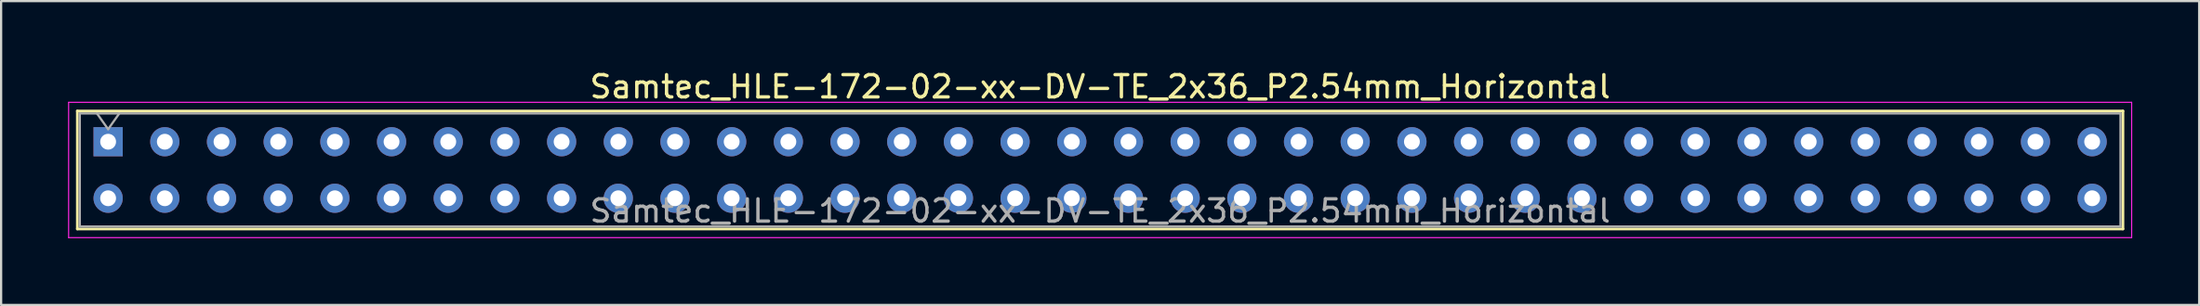
<source format=kicad_pcb>
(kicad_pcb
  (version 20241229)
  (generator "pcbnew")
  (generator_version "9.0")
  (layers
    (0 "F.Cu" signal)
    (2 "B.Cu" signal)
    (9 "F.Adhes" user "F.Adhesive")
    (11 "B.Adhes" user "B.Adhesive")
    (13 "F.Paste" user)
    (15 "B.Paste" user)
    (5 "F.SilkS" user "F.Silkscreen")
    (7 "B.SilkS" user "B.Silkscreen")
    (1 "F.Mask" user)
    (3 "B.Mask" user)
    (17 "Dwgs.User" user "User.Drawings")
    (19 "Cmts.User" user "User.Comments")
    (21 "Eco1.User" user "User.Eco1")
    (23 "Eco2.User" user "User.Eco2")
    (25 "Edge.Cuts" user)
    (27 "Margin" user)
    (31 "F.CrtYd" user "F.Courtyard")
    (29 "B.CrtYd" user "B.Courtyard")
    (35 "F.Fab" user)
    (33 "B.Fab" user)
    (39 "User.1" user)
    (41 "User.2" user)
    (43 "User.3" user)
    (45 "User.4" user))
  (footprint "Samtec_HLE-172-02-xx-DV-TE_2x36_P2.54mm_Horizontal"
    (layer "F.Cu")
    (at 1.795 3.318)
    (property "Reference" "Samtec_HLE-172-02-xx-DV-TE_2x36_P2.54mm_Horizontal" (at 44.45 -2.47 0) (layer "F.SilkS") (effects (font (size 1 1) (thickness 0.15))))
    (attr through_hole)
    (fp_line (start -1.38 -1.38) (end 90.28 -1.38) (stroke (width 0.12) (type solid)) (layer "F.SilkS"))
    (fp_line (start -1.38 3.92) (end -1.38 -1.38) (stroke (width 0.12) (type solid)) (layer "F.SilkS"))
    (fp_line (start 90.28 -1.38) (end 90.28 3.92) (stroke (width 0.12) (type solid)) (layer "F.SilkS"))
    (fp_line (start 90.28 3.92) (end -1.38 3.92) (stroke (width 0.12) (type solid)) (layer "F.SilkS"))
    (fp_line (start -1.77 -1.77) (end 90.67 -1.77) (stroke (width 0.05) (type solid)) (layer "F.CrtYd"))
    (fp_line (start -1.77 4.31) (end -1.77 -1.77) (stroke (width 0.05) (type solid)) (layer "F.CrtYd"))
    (fp_line (start 90.67 -1.77) (end 90.67 4.31) (stroke (width 0.05) (type solid)) (layer "F.CrtYd"))
    (fp_line (start 90.67 4.31) (end -1.77 4.31) (stroke (width 0.05) (type solid)) (layer "F.CrtYd"))
    (fp_line (start -1.27 -1.27) (end 90.17 -1.27) (stroke (width 0.1) (type solid)) (layer "F.Fab"))
    (fp_line (start -1.27 3.81) (end -1.27 -1.27) (stroke (width 0.1) (type solid)) (layer "F.Fab"))
    (fp_line (start -0.5 -1.27) (end 0 -0.563) (stroke (width 0.1) (type solid)) (layer "F.Fab"))
    (fp_line (start 0 -0.563) (end 0.5 -1.27) (stroke (width 0.1) (type solid)) (layer "F.Fab"))
    (fp_line (start 90.17 -1.27) (end 90.17 3.81) (stroke (width 0.1) (type solid)) (layer "F.Fab"))
    (fp_line (start 90.17 3.81) (end -1.27 3.81) (stroke (width 0.1) (type solid)) (layer "F.Fab"))
    (fp_text user "${REFERENCE}" (at 44.45 3.11 0) (layer "F.Fab") (effects (font (size 1 1) (thickness 0.15))))
    (pad "1" thru_hole rect (at 0 0) (size 1.31 1.31) (drill 0.71) (layers "*.Cu" "*.Mask"))
    (pad "2" thru_hole circle (at 0 2.54) (size 1.31 1.31) (drill 0.71) (layers "*.Cu" "*.Mask"))
    (pad "3" thru_hole circle (at 2.54 0) (size 1.31 1.31) (drill 0.71) (layers "*.Cu" "*.Mask"))
    (pad "4" thru_hole circle (at 2.54 2.54) (size 1.31 1.31) (drill 0.71) (layers "*.Cu" "*.Mask"))
    (pad "5" thru_hole circle (at 5.08 0) (size 1.31 1.31) (drill 0.71) (layers "*.Cu" "*.Mask"))
    (pad "6" thru_hole circle (at 5.08 2.54) (size 1.31 1.31) (drill 0.71) (layers "*.Cu" "*.Mask"))
    (pad "7" thru_hole circle (at 7.62 0) (size 1.31 1.31) (drill 0.71) (layers "*.Cu" "*.Mask"))
    (pad "8" thru_hole circle (at 7.62 2.54) (size 1.31 1.31) (drill 0.71) (layers "*.Cu" "*.Mask"))
    (pad "9" thru_hole circle (at 10.16 0) (size 1.31 1.31) (drill 0.71) (layers "*.Cu" "*.Mask"))
    (pad "10" thru_hole circle (at 10.16 2.54) (size 1.31 1.31) (drill 0.71) (layers "*.Cu" "*.Mask"))
    (pad "11" thru_hole circle (at 12.7 0) (size 1.31 1.31) (drill 0.71) (layers "*.Cu" "*.Mask"))
    (pad "12" thru_hole circle (at 12.7 2.54) (size 1.31 1.31) (drill 0.71) (layers "*.Cu" "*.Mask"))
    (pad "13" thru_hole circle (at 15.24 0) (size 1.31 1.31) (drill 0.71) (layers "*.Cu" "*.Mask"))
    (pad "14" thru_hole circle (at 15.24 2.54) (size 1.31 1.31) (drill 0.71) (layers "*.Cu" "*.Mask"))
    (pad "15" thru_hole circle (at 17.78 0) (size 1.31 1.31) (drill 0.71) (layers "*.Cu" "*.Mask"))
    (pad "16" thru_hole circle (at 17.78 2.54) (size 1.31 1.31) (drill 0.71) (layers "*.Cu" "*.Mask"))
    (pad "17" thru_hole circle (at 20.32 0) (size 1.31 1.31) (drill 0.71) (layers "*.Cu" "*.Mask"))
    (pad "18" thru_hole circle (at 20.32 2.54) (size 1.31 1.31) (drill 0.71) (layers "*.Cu" "*.Mask"))
    (pad "19" thru_hole circle (at 22.86 0) (size 1.31 1.31) (drill 0.71) (layers "*.Cu" "*.Mask"))
    (pad "20" thru_hole circle (at 22.86 2.54) (size 1.31 1.31) (drill 0.71) (layers "*.Cu" "*.Mask"))
    (pad "21" thru_hole circle (at 25.4 0) (size 1.31 1.31) (drill 0.71) (layers "*.Cu" "*.Mask"))
    (pad "22" thru_hole circle (at 25.4 2.54) (size 1.31 1.31) (drill 0.71) (layers "*.Cu" "*.Mask"))
    (pad "23" thru_hole circle (at 27.94 0) (size 1.31 1.31) (drill 0.71) (layers "*.Cu" "*.Mask"))
    (pad "24" thru_hole circle (at 27.94 2.54) (size 1.31 1.31) (drill 0.71) (layers "*.Cu" "*.Mask"))
    (pad "25" thru_hole circle (at 30.48 0) (size 1.31 1.31) (drill 0.71) (layers "*.Cu" "*.Mask"))
    (pad "26" thru_hole circle (at 30.48 2.54) (size 1.31 1.31) (drill 0.71) (layers "*.Cu" "*.Mask"))
    (pad "27" thru_hole circle (at 33.02 0) (size 1.31 1.31) (drill 0.71) (layers "*.Cu" "*.Mask"))
    (pad "28" thru_hole circle (at 33.02 2.54) (size 1.31 1.31) (drill 0.71) (layers "*.Cu" "*.Mask"))
    (pad "29" thru_hole circle (at 35.56 0) (size 1.31 1.31) (drill 0.71) (layers "*.Cu" "*.Mask"))
    (pad "30" thru_hole circle (at 35.56 2.54) (size 1.31 1.31) (drill 0.71) (layers "*.Cu" "*.Mask"))
    (pad "31" thru_hole circle (at 38.1 0) (size 1.31 1.31) (drill 0.71) (layers "*.Cu" "*.Mask"))
    (pad "32" thru_hole circle (at 38.1 2.54) (size 1.31 1.31) (drill 0.71) (layers "*.Cu" "*.Mask"))
    (pad "33" thru_hole circle (at 40.64 0) (size 1.31 1.31) (drill 0.71) (layers "*.Cu" "*.Mask"))
    (pad "34" thru_hole circle (at 40.64 2.54) (size 1.31 1.31) (drill 0.71) (layers "*.Cu" "*.Mask"))
    (pad "35" thru_hole circle (at 43.18 0) (size 1.31 1.31) (drill 0.71) (layers "*.Cu" "*.Mask"))
    (pad "36" thru_hole circle (at 43.18 2.54) (size 1.31 1.31) (drill 0.71) (layers "*.Cu" "*.Mask"))
    (pad "37" thru_hole circle (at 45.72 0) (size 1.31 1.31) (drill 0.71) (layers "*.Cu" "*.Mask"))
    (pad "38" thru_hole circle (at 45.72 2.54) (size 1.31 1.31) (drill 0.71) (layers "*.Cu" "*.Mask"))
    (pad "39" thru_hole circle (at 48.26 0) (size 1.31 1.31) (drill 0.71) (layers "*.Cu" "*.Mask"))
    (pad "40" thru_hole circle (at 48.26 2.54) (size 1.31 1.31) (drill 0.71) (layers "*.Cu" "*.Mask"))
    (pad "41" thru_hole circle (at 50.8 0) (size 1.31 1.31) (drill 0.71) (layers "*.Cu" "*.Mask"))
    (pad "42" thru_hole circle (at 50.8 2.54) (size 1.31 1.31) (drill 0.71) (layers "*.Cu" "*.Mask"))
    (pad "43" thru_hole circle (at 53.34 0) (size 1.31 1.31) (drill 0.71) (layers "*.Cu" "*.Mask"))
    (pad "44" thru_hole circle (at 53.34 2.54) (size 1.31 1.31) (drill 0.71) (layers "*.Cu" "*.Mask"))
    (pad "45" thru_hole circle (at 55.88 0) (size 1.31 1.31) (drill 0.71) (layers "*.Cu" "*.Mask"))
    (pad "46" thru_hole circle (at 55.88 2.54) (size 1.31 1.31) (drill 0.71) (layers "*.Cu" "*.Mask"))
    (pad "47" thru_hole circle (at 58.42 0) (size 1.31 1.31) (drill 0.71) (layers "*.Cu" "*.Mask"))
    (pad "48" thru_hole circle (at 58.42 2.54) (size 1.31 1.31) (drill 0.71) (layers "*.Cu" "*.Mask"))
    (pad "49" thru_hole circle (at 60.96 0) (size 1.31 1.31) (drill 0.71) (layers "*.Cu" "*.Mask"))
    (pad "50" thru_hole circle (at 60.96 2.54) (size 1.31 1.31) (drill 0.71) (layers "*.Cu" "*.Mask"))
    (pad "51" thru_hole circle (at 63.5 0) (size 1.31 1.31) (drill 0.71) (layers "*.Cu" "*.Mask"))
    (pad "52" thru_hole circle (at 63.5 2.54) (size 1.31 1.31) (drill 0.71) (layers "*.Cu" "*.Mask"))
    (pad "53" thru_hole circle (at 66.04 0) (size 1.31 1.31) (drill 0.71) (layers "*.Cu" "*.Mask"))
    (pad "54" thru_hole circle (at 66.04 2.54) (size 1.31 1.31) (drill 0.71) (layers "*.Cu" "*.Mask"))
    (pad "55" thru_hole circle (at 68.58 0) (size 1.31 1.31) (drill 0.71) (layers "*.Cu" "*.Mask"))
    (pad "56" thru_hole circle (at 68.58 2.54) (size 1.31 1.31) (drill 0.71) (layers "*.Cu" "*.Mask"))
    (pad "57" thru_hole circle (at 71.12 0) (size 1.31 1.31) (drill 0.71) (layers "*.Cu" "*.Mask"))
    (pad "58" thru_hole circle (at 71.12 2.54) (size 1.31 1.31) (drill 0.71) (layers "*.Cu" "*.Mask"))
    (pad "59" thru_hole circle (at 73.66 0) (size 1.31 1.31) (drill 0.71) (layers "*.Cu" "*.Mask"))
    (pad "60" thru_hole circle (at 73.66 2.54) (size 1.31 1.31) (drill 0.71) (layers "*.Cu" "*.Mask"))
    (pad "61" thru_hole circle (at 76.2 0) (size 1.31 1.31) (drill 0.71) (layers "*.Cu" "*.Mask"))
    (pad "62" thru_hole circle (at 76.2 2.54) (size 1.31 1.31) (drill 0.71) (layers "*.Cu" "*.Mask"))
    (pad "63" thru_hole circle (at 78.74 0) (size 1.31 1.31) (drill 0.71) (layers "*.Cu" "*.Mask"))
    (pad "64" thru_hole circle (at 78.74 2.54) (size 1.31 1.31) (drill 0.71) (layers "*.Cu" "*.Mask"))
    (pad "65" thru_hole circle (at 81.28 0) (size 1.31 1.31) (drill 0.71) (layers "*.Cu" "*.Mask"))
    (pad "66" thru_hole circle (at 81.28 2.54) (size 1.31 1.31) (drill 0.71) (layers "*.Cu" "*.Mask"))
    (pad "67" thru_hole circle (at 83.82 0) (size 1.31 1.31) (drill 0.71) (layers "*.Cu" "*.Mask"))
    (pad "68" thru_hole circle (at 83.82 2.54) (size 1.31 1.31) (drill 0.71) (layers "*.Cu" "*.Mask"))
    (pad "69" thru_hole circle (at 86.36 0) (size 1.31 1.31) (drill 0.71) (layers "*.Cu" "*.Mask"))
    (pad "70" thru_hole circle (at 86.36 2.54) (size 1.31 1.31) (drill 0.71) (layers "*.Cu" "*.Mask"))
    (pad "71" thru_hole circle (at 88.9 0) (size 1.31 1.31) (drill 0.71) (layers "*.Cu" "*.Mask"))
    (pad "72" thru_hole circle (at 88.9 2.54) (size 1.31 1.31) (drill 0.71) (layers "*.Cu" "*.Mask")))
  (gr_rect
    (start -3 -3)
    (end 95.49 10.653)
    (stroke (width 0.1) (type default))
    (fill no)
    (layer "Edge.Cuts")))
</source>
